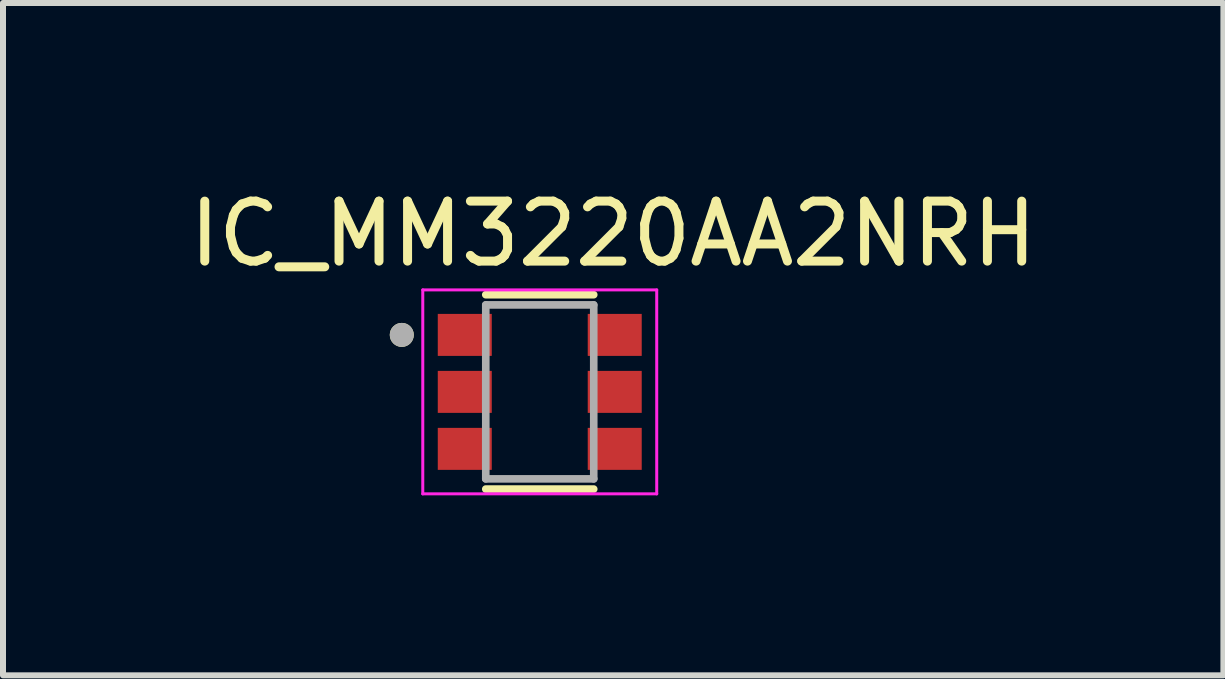
<source format=kicad_pcb>
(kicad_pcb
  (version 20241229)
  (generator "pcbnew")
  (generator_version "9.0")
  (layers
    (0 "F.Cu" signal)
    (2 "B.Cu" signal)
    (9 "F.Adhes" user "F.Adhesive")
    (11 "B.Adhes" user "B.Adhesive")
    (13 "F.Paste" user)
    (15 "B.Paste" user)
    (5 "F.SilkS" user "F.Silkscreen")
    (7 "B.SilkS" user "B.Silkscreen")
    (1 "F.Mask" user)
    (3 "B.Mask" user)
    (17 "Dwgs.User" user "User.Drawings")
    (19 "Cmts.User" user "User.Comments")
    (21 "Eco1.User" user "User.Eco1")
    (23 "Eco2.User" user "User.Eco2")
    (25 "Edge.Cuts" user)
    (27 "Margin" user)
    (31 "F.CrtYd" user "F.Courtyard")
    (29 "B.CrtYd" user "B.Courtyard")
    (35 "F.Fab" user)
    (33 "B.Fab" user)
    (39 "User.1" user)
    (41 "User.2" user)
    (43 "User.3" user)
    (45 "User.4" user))
  (footprint "IC_MM3220AA2NRH"
    (layer "F.Cu")
    (at 5.948 3.483)
    (property "Reference" "IC_MM3220AA2NRH" (at 1.225 -2.635 0) (layer "F.SilkS") (effects (font (size 1 1) (thickness 0.15))))
    (attr smd)
    (fp_line (start 0.9 -1.62) (end -0.9 -1.62) (stroke (width 0.127) (type solid)) (layer "F.SilkS"))
    (fp_line (start 0.9 1.62) (end -0.9 1.62) (stroke (width 0.127) (type solid)) (layer "F.SilkS"))
    (fp_circle (center -2.3 -0.95) (end -2.2 -0.95) (stroke (width 0.2) (type solid)) (fill no) (layer "F.SilkS"))
    (fp_line (start -1.95 -1.7) (end -1.95 1.7) (stroke (width 0.05) (type solid)) (layer "F.CrtYd"))
    (fp_line (start -1.95 1.7) (end 1.95 1.7) (stroke (width 0.05) (type solid)) (layer "F.CrtYd"))
    (fp_line (start 1.95 -1.7) (end -1.95 -1.7) (stroke (width 0.05) (type solid)) (layer "F.CrtYd"))
    (fp_line (start 1.95 1.7) (end 1.95 -1.7) (stroke (width 0.05) (type solid)) (layer "F.CrtYd"))
    (fp_line (start -0.9 -1.45) (end 0.9 -1.45) (stroke (width 0.127) (type solid)) (layer "F.Fab"))
    (fp_line (start -0.9 1.45) (end -0.9 -1.45) (stroke (width 0.127) (type solid)) (layer "F.Fab"))
    (fp_line (start 0.9 -1.45) (end 0.9 1.45) (stroke (width 0.127) (type solid)) (layer "F.Fab"))
    (fp_line (start 0.9 1.45) (end -0.9 1.45) (stroke (width 0.127) (type solid)) (layer "F.Fab"))
    (fp_circle (center -2.3 -0.95) (end -2.2 -0.95) (stroke (width 0.2) (type solid)) (fill no) (layer "F.Fab"))
    (pad "1" smd rect (at -1.25 -0.95) (size 0.9 0.7) (layers "F.Cu" "F.Mask" "F.Paste"))
    (pad "2" smd rect (at -1.25 0) (size 0.9 0.7) (layers "F.Cu" "F.Mask" "F.Paste"))
    (pad "3" smd rect (at -1.25 0.95) (size 0.9 0.7) (layers "F.Cu" "F.Mask" "F.Paste"))
    (pad "4" smd rect (at 1.25 0.95) (size 0.9 0.7) (layers "F.Cu" "F.Mask" "F.Paste"))
    (pad "5" smd rect (at 1.25 0) (size 0.9 0.7) (layers "F.Cu" "F.Mask" "F.Paste"))
    (pad "6" smd rect (at 1.25 -0.95) (size 0.9 0.7) (layers "F.Cu" "F.Mask" "F.Paste")))
  (gr_rect
    (start -3 -3)
    (end 17.345 8.208)
    (stroke (width 0.1) (type default))
    (fill no)
    (layer "Edge.Cuts")))
</source>
